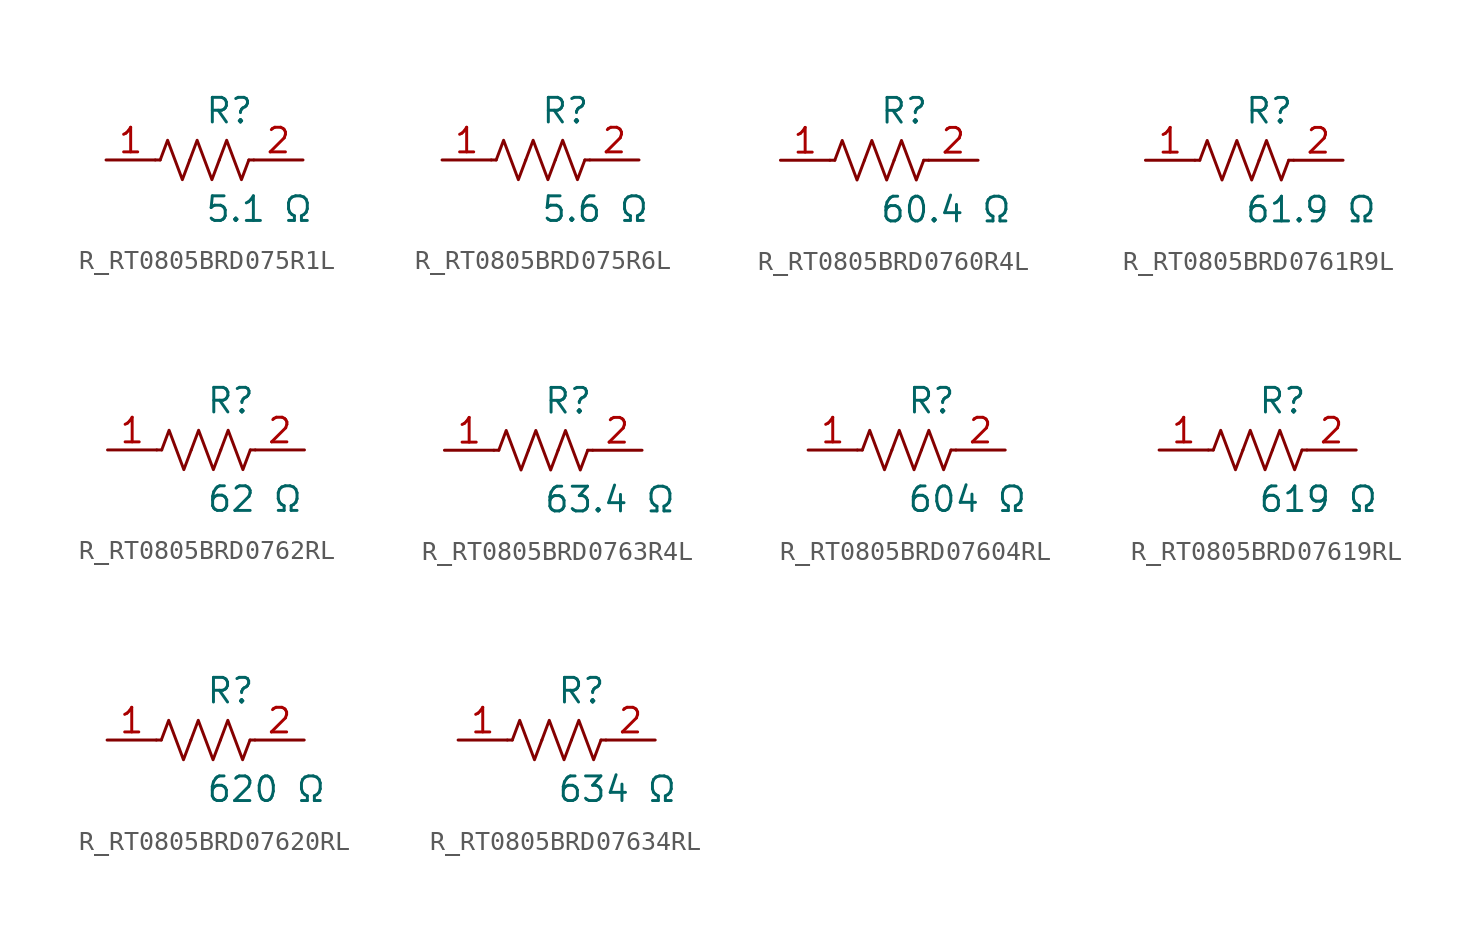
<source format=kicad_sym>
(kicad_symbol_lib
  (version 20231120)
  (generator kicad_symbol_editor)
  (generator_version 8.0)
  (symbol "R_RT0805BRD075R1L"
    (pin_names
      (offset 0.254))
    (property "Reference" "R"
      (at 0.0 2.54 0)
      (effects (font (size 1.27 1.27)) (justify left)))
    (property "Value" "5.1 Ω"
      (at 0.0 -2.54 0)
      (effects (font (size 1.27 1.27)) (justify left)))
    (symbol "R_RT0805BRD075R1L_0_1"
      (polyline (pts (xy 2.286 0) (xy 2.54 0)) (stroke (width 0) (type default)) (fill (type none)))
      (polyline (pts (xy -2.286 0) (xy -2.54 0)) (stroke (width 0) (type default)) (fill (type none)))
      (polyline (pts (xy 0.762 0) (xy 1.143 1.016) (xy 1.524 0) (xy 1.905 -1.016) (xy 2.286 0)) (stroke (width 0) (type default)) (fill (type none)))
      (polyline (pts (xy -0.762 0) (xy -0.381 1.016) (xy 0 0) (xy 0.381 -1.016) (xy 0.762 0)) (stroke (width 0) (type default)) (fill (type none)))
      (polyline (pts (xy -2.286 0) (xy -1.905 1.016) (xy -1.524 0) (xy -1.143 -1.016) (xy -0.762 0)) (stroke (width 0) (type default)) (fill (type none))))
    (pin unspecified line
      (at -5.08 0 0)
      (length 2.54)
      (name "" (effects (font (size 1.27 1.27))))
      (number "1" (effects (font (size 1.27 1.27)))))
    (pin unspecified line
      (at 5.08 0 180)
      (length 2.54)
      (name "" (effects (font (size 1.27 1.27))))
      (number "2" (effects (font (size 1.27 1.27))))))
  (symbol "R_RT0805BRD075R6L"
    (pin_names
      (offset 0.254))
    (property "Reference" "R"
      (at 0.0 2.54 0)
      (effects (font (size 1.27 1.27)) (justify left)))
    (property "Value" "5.6 Ω"
      (at 0.0 -2.54 0)
      (effects (font (size 1.27 1.27)) (justify left)))
    (symbol "R_RT0805BRD075R6L_0_1"
      (polyline (pts (xy 2.286 0) (xy 2.54 0)) (stroke (width 0) (type default)) (fill (type none)))
      (polyline (pts (xy -2.286 0) (xy -2.54 0)) (stroke (width 0) (type default)) (fill (type none)))
      (polyline (pts (xy 0.762 0) (xy 1.143 1.016) (xy 1.524 0) (xy 1.905 -1.016) (xy 2.286 0)) (stroke (width 0) (type default)) (fill (type none)))
      (polyline (pts (xy -0.762 0) (xy -0.381 1.016) (xy 0 0) (xy 0.381 -1.016) (xy 0.762 0)) (stroke (width 0) (type default)) (fill (type none)))
      (polyline (pts (xy -2.286 0) (xy -1.905 1.016) (xy -1.524 0) (xy -1.143 -1.016) (xy -0.762 0)) (stroke (width 0) (type default)) (fill (type none))))
    (pin unspecified line
      (at -5.08 0 0)
      (length 2.54)
      (name "" (effects (font (size 1.27 1.27))))
      (number "1" (effects (font (size 1.27 1.27)))))
    (pin unspecified line
      (at 5.08 0 180)
      (length 2.54)
      (name "" (effects (font (size 1.27 1.27))))
      (number "2" (effects (font (size 1.27 1.27))))))
  (symbol "R_RT0805BRD0760R4L"
    (pin_names
      (offset 0.254))
    (property "Reference" "R"
      (at 0.0 2.54 0)
      (effects (font (size 1.27 1.27)) (justify left)))
    (property "Value" "60.4 Ω"
      (at 0.0 -2.54 0)
      (effects (font (size 1.27 1.27)) (justify left)))
    (symbol "R_RT0805BRD0760R4L_0_1"
      (polyline (pts (xy 2.286 0) (xy 2.54 0)) (stroke (width 0) (type default)) (fill (type none)))
      (polyline (pts (xy -2.286 0) (xy -2.54 0)) (stroke (width 0) (type default)) (fill (type none)))
      (polyline (pts (xy 0.762 0) (xy 1.143 1.016) (xy 1.524 0) (xy 1.905 -1.016) (xy 2.286 0)) (stroke (width 0) (type default)) (fill (type none)))
      (polyline (pts (xy -0.762 0) (xy -0.381 1.016) (xy 0 0) (xy 0.381 -1.016) (xy 0.762 0)) (stroke (width 0) (type default)) (fill (type none)))
      (polyline (pts (xy -2.286 0) (xy -1.905 1.016) (xy -1.524 0) (xy -1.143 -1.016) (xy -0.762 0)) (stroke (width 0) (type default)) (fill (type none))))
    (pin unspecified line
      (at -5.08 0 0)
      (length 2.54)
      (name "" (effects (font (size 1.27 1.27))))
      (number "1" (effects (font (size 1.27 1.27)))))
    (pin unspecified line
      (at 5.08 0 180)
      (length 2.54)
      (name "" (effects (font (size 1.27 1.27))))
      (number "2" (effects (font (size 1.27 1.27))))))
  (symbol "R_RT0805BRD0761R9L"
    (pin_names
      (offset 0.254))
    (property "Reference" "R"
      (at 0.0 2.54 0)
      (effects (font (size 1.27 1.27)) (justify left)))
    (property "Value" "61.9 Ω"
      (at 0.0 -2.54 0)
      (effects (font (size 1.27 1.27)) (justify left)))
    (symbol "R_RT0805BRD0761R9L_0_1"
      (polyline (pts (xy 2.286 0) (xy 2.54 0)) (stroke (width 0) (type default)) (fill (type none)))
      (polyline (pts (xy -2.286 0) (xy -2.54 0)) (stroke (width 0) (type default)) (fill (type none)))
      (polyline (pts (xy 0.762 0) (xy 1.143 1.016) (xy 1.524 0) (xy 1.905 -1.016) (xy 2.286 0)) (stroke (width 0) (type default)) (fill (type none)))
      (polyline (pts (xy -0.762 0) (xy -0.381 1.016) (xy 0 0) (xy 0.381 -1.016) (xy 0.762 0)) (stroke (width 0) (type default)) (fill (type none)))
      (polyline (pts (xy -2.286 0) (xy -1.905 1.016) (xy -1.524 0) (xy -1.143 -1.016) (xy -0.762 0)) (stroke (width 0) (type default)) (fill (type none))))
    (pin unspecified line
      (at -5.08 0 0)
      (length 2.54)
      (name "" (effects (font (size 1.27 1.27))))
      (number "1" (effects (font (size 1.27 1.27)))))
    (pin unspecified line
      (at 5.08 0 180)
      (length 2.54)
      (name "" (effects (font (size 1.27 1.27))))
      (number "2" (effects (font (size 1.27 1.27))))))
  (symbol "R_RT0805BRD0762RL"
    (pin_names
      (offset 0.254))
    (property "Reference" "R"
      (at 0.0 2.54 0)
      (effects (font (size 1.27 1.27)) (justify left)))
    (property "Value" "62 Ω"
      (at 0.0 -2.54 0)
      (effects (font (size 1.27 1.27)) (justify left)))
    (symbol "R_RT0805BRD0762RL_0_1"
      (polyline (pts (xy 2.286 0) (xy 2.54 0)) (stroke (width 0) (type default)) (fill (type none)))
      (polyline (pts (xy -2.286 0) (xy -2.54 0)) (stroke (width 0) (type default)) (fill (type none)))
      (polyline (pts (xy 0.762 0) (xy 1.143 1.016) (xy 1.524 0) (xy 1.905 -1.016) (xy 2.286 0)) (stroke (width 0) (type default)) (fill (type none)))
      (polyline (pts (xy -0.762 0) (xy -0.381 1.016) (xy 0 0) (xy 0.381 -1.016) (xy 0.762 0)) (stroke (width 0) (type default)) (fill (type none)))
      (polyline (pts (xy -2.286 0) (xy -1.905 1.016) (xy -1.524 0) (xy -1.143 -1.016) (xy -0.762 0)) (stroke (width 0) (type default)) (fill (type none))))
    (pin unspecified line
      (at -5.08 0 0)
      (length 2.54)
      (name "" (effects (font (size 1.27 1.27))))
      (number "1" (effects (font (size 1.27 1.27)))))
    (pin unspecified line
      (at 5.08 0 180)
      (length 2.54)
      (name "" (effects (font (size 1.27 1.27))))
      (number "2" (effects (font (size 1.27 1.27))))))
  (symbol "R_RT0805BRD0763R4L"
    (pin_names
      (offset 0.254))
    (property "Reference" "R"
      (at 0.0 2.54 0)
      (effects (font (size 1.27 1.27)) (justify left)))
    (property "Value" "63.4 Ω"
      (at 0.0 -2.54 0)
      (effects (font (size 1.27 1.27)) (justify left)))
    (symbol "R_RT0805BRD0763R4L_0_1"
      (polyline (pts (xy 2.286 0) (xy 2.54 0)) (stroke (width 0) (type default)) (fill (type none)))
      (polyline (pts (xy -2.286 0) (xy -2.54 0)) (stroke (width 0) (type default)) (fill (type none)))
      (polyline (pts (xy 0.762 0) (xy 1.143 1.016) (xy 1.524 0) (xy 1.905 -1.016) (xy 2.286 0)) (stroke (width 0) (type default)) (fill (type none)))
      (polyline (pts (xy -0.762 0) (xy -0.381 1.016) (xy 0 0) (xy 0.381 -1.016) (xy 0.762 0)) (stroke (width 0) (type default)) (fill (type none)))
      (polyline (pts (xy -2.286 0) (xy -1.905 1.016) (xy -1.524 0) (xy -1.143 -1.016) (xy -0.762 0)) (stroke (width 0) (type default)) (fill (type none))))
    (pin unspecified line
      (at -5.08 0 0)
      (length 2.54)
      (name "" (effects (font (size 1.27 1.27))))
      (number "1" (effects (font (size 1.27 1.27)))))
    (pin unspecified line
      (at 5.08 0 180)
      (length 2.54)
      (name "" (effects (font (size 1.27 1.27))))
      (number "2" (effects (font (size 1.27 1.27))))))
  (symbol "R_RT0805BRD07604RL"
    (pin_names
      (offset 0.254))
    (property "Reference" "R"
      (at 0.0 2.54 0)
      (effects (font (size 1.27 1.27)) (justify left)))
    (property "Value" "604 Ω"
      (at 0.0 -2.54 0)
      (effects (font (size 1.27 1.27)) (justify left)))
    (symbol "R_RT0805BRD07604RL_0_1"
      (polyline (pts (xy 2.286 0) (xy 2.54 0)) (stroke (width 0) (type default)) (fill (type none)))
      (polyline (pts (xy -2.286 0) (xy -2.54 0)) (stroke (width 0) (type default)) (fill (type none)))
      (polyline (pts (xy 0.762 0) (xy 1.143 1.016) (xy 1.524 0) (xy 1.905 -1.016) (xy 2.286 0)) (stroke (width 0) (type default)) (fill (type none)))
      (polyline (pts (xy -0.762 0) (xy -0.381 1.016) (xy 0 0) (xy 0.381 -1.016) (xy 0.762 0)) (stroke (width 0) (type default)) (fill (type none)))
      (polyline (pts (xy -2.286 0) (xy -1.905 1.016) (xy -1.524 0) (xy -1.143 -1.016) (xy -0.762 0)) (stroke (width 0) (type default)) (fill (type none))))
    (pin unspecified line
      (at -5.08 0 0)
      (length 2.54)
      (name "" (effects (font (size 1.27 1.27))))
      (number "1" (effects (font (size 1.27 1.27)))))
    (pin unspecified line
      (at 5.08 0 180)
      (length 2.54)
      (name "" (effects (font (size 1.27 1.27))))
      (number "2" (effects (font (size 1.27 1.27))))))
  (symbol "R_RT0805BRD07619RL"
    (pin_names
      (offset 0.254))
    (property "Reference" "R"
      (at 0.0 2.54 0)
      (effects (font (size 1.27 1.27)) (justify left)))
    (property "Value" "619 Ω"
      (at 0.0 -2.54 0)
      (effects (font (size 1.27 1.27)) (justify left)))
    (symbol "R_RT0805BRD07619RL_0_1"
      (polyline (pts (xy 2.286 0) (xy 2.54 0)) (stroke (width 0) (type default)) (fill (type none)))
      (polyline (pts (xy -2.286 0) (xy -2.54 0)) (stroke (width 0) (type default)) (fill (type none)))
      (polyline (pts (xy 0.762 0) (xy 1.143 1.016) (xy 1.524 0) (xy 1.905 -1.016) (xy 2.286 0)) (stroke (width 0) (type default)) (fill (type none)))
      (polyline (pts (xy -0.762 0) (xy -0.381 1.016) (xy 0 0) (xy 0.381 -1.016) (xy 0.762 0)) (stroke (width 0) (type default)) (fill (type none)))
      (polyline (pts (xy -2.286 0) (xy -1.905 1.016) (xy -1.524 0) (xy -1.143 -1.016) (xy -0.762 0)) (stroke (width 0) (type default)) (fill (type none))))
    (pin unspecified line
      (at -5.08 0 0)
      (length 2.54)
      (name "" (effects (font (size 1.27 1.27))))
      (number "1" (effects (font (size 1.27 1.27)))))
    (pin unspecified line
      (at 5.08 0 180)
      (length 2.54)
      (name "" (effects (font (size 1.27 1.27))))
      (number "2" (effects (font (size 1.27 1.27))))))
  (symbol "R_RT0805BRD07620RL"
    (pin_names
      (offset 0.254))
    (property "Reference" "R"
      (at 0.0 2.54 0)
      (effects (font (size 1.27 1.27)) (justify left)))
    (property "Value" "620 Ω"
      (at 0.0 -2.54 0)
      (effects (font (size 1.27 1.27)) (justify left)))
    (symbol "R_RT0805BRD07620RL_0_1"
      (polyline (pts (xy 2.286 0) (xy 2.54 0)) (stroke (width 0) (type default)) (fill (type none)))
      (polyline (pts (xy -2.286 0) (xy -2.54 0)) (stroke (width 0) (type default)) (fill (type none)))
      (polyline (pts (xy 0.762 0) (xy 1.143 1.016) (xy 1.524 0) (xy 1.905 -1.016) (xy 2.286 0)) (stroke (width 0) (type default)) (fill (type none)))
      (polyline (pts (xy -0.762 0) (xy -0.381 1.016) (xy 0 0) (xy 0.381 -1.016) (xy 0.762 0)) (stroke (width 0) (type default)) (fill (type none)))
      (polyline (pts (xy -2.286 0) (xy -1.905 1.016) (xy -1.524 0) (xy -1.143 -1.016) (xy -0.762 0)) (stroke (width 0) (type default)) (fill (type none))))
    (pin unspecified line
      (at -5.08 0 0)
      (length 2.54)
      (name "" (effects (font (size 1.27 1.27))))
      (number "1" (effects (font (size 1.27 1.27)))))
    (pin unspecified line
      (at 5.08 0 180)
      (length 2.54)
      (name "" (effects (font (size 1.27 1.27))))
      (number "2" (effects (font (size 1.27 1.27))))))
  (symbol "R_RT0805BRD07634RL"
    (pin_names
      (offset 0.254))
    (property "Reference" "R"
      (at 0.0 2.54 0)
      (effects (font (size 1.27 1.27)) (justify left)))
    (property "Value" "634 Ω"
      (at 0.0 -2.54 0)
      (effects (font (size 1.27 1.27)) (justify left)))
    (symbol "R_RT0805BRD07634RL_0_1"
      (polyline (pts (xy 2.286 0) (xy 2.54 0)) (stroke (width 0) (type default)) (fill (type none)))
      (polyline (pts (xy -2.286 0) (xy -2.54 0)) (stroke (width 0) (type default)) (fill (type none)))
      (polyline (pts (xy 0.762 0) (xy 1.143 1.016) (xy 1.524 0) (xy 1.905 -1.016) (xy 2.286 0)) (stroke (width 0) (type default)) (fill (type none)))
      (polyline (pts (xy -0.762 0) (xy -0.381 1.016) (xy 0 0) (xy 0.381 -1.016) (xy 0.762 0)) (stroke (width 0) (type default)) (fill (type none)))
      (polyline (pts (xy -2.286 0) (xy -1.905 1.016) (xy -1.524 0) (xy -1.143 -1.016) (xy -0.762 0)) (stroke (width 0) (type default)) (fill (type none))))
    (pin unspecified line
      (at -5.08 0 0)
      (length 2.54)
      (name "" (effects (font (size 1.27 1.27))))
      (number "1" (effects (font (size 1.27 1.27)))))
    (pin unspecified line
      (at 5.08 0 180)
      (length 2.54)
      (name "" (effects (font (size 1.27 1.27))))
      (number "2" (effects (font (size 1.27 1.27)))))))
</source>
